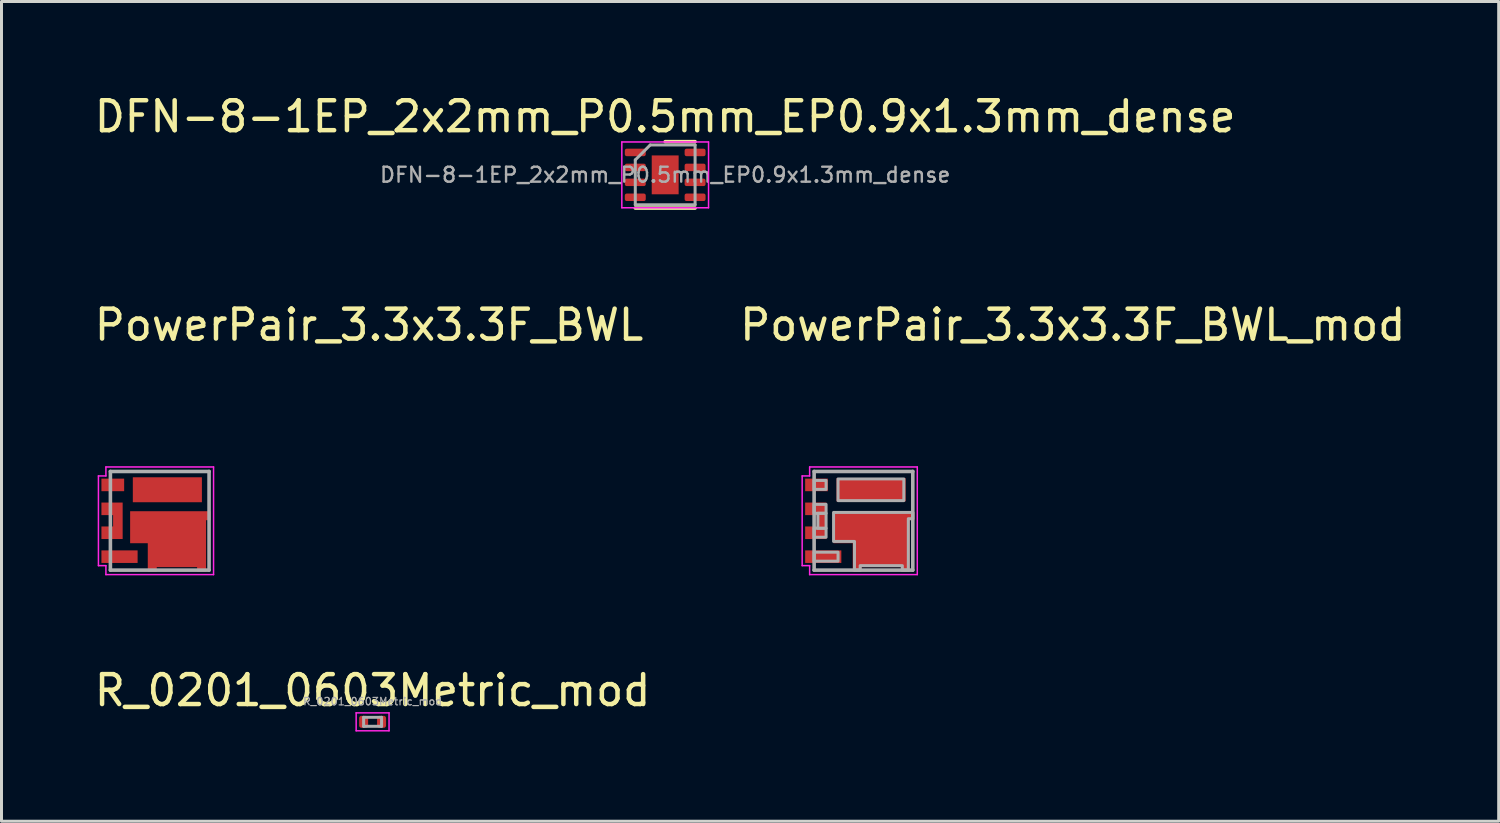
<source format=kicad_pcb>
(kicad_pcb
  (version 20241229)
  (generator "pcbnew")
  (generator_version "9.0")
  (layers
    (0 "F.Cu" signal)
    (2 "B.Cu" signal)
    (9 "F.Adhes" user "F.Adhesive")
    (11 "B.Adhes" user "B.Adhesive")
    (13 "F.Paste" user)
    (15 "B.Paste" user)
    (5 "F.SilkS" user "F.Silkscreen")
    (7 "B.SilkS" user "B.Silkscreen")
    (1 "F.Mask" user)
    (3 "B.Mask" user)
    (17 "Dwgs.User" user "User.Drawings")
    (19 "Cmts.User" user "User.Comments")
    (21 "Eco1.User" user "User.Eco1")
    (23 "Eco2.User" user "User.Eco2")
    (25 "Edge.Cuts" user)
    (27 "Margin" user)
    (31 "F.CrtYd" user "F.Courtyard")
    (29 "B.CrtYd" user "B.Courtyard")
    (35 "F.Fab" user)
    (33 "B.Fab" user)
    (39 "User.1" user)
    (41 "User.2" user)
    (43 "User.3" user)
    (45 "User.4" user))
  (footprint "DFN-8-1EP_2x2mm_P0.5mm_EP0.9x1.3mm_dense"
    (layer "F.Cu")
    (at 19.196 2.798)
    (property "Reference" "DFN-8-1EP_2x2mm_P0.5mm_EP0.9x1.3mm_dense" (at 0 -1.95 0) (layer "F.SilkS") (effects (font (size 1 1) (thickness 0.15))))
    (attr smd)
    (fp_line (start -1 1.11) (end 1 1.11) (stroke (width 0.12) (type solid)) (layer "F.SilkS"))
    (fp_line (start 0 -1.11) (end 1 -1.11) (stroke (width 0.12) (type solid)) (layer "F.SilkS"))
    (fp_line (start -1.45 -1.1) (end -1.45 1.1) (stroke (width 0.05) (type solid)) (layer "F.CrtYd"))
    (fp_line (start -1.45 1.1) (end 1.45 1.1) (stroke (width 0.05) (type solid)) (layer "F.CrtYd"))
    (fp_line (start 1.45 -1.1) (end -1.45 -1.1) (stroke (width 0.05) (type solid)) (layer "F.CrtYd"))
    (fp_line (start 1.45 1.1) (end 1.45 -1.1) (stroke (width 0.05) (type solid)) (layer "F.CrtYd"))
    (fp_line (start -1 -0.5) (end -0.5 -1) (stroke (width 0.1) (type solid)) (layer "F.Fab"))
    (fp_line (start -1 1) (end -1 -0.5) (stroke (width 0.1) (type solid)) (layer "F.Fab"))
    (fp_line (start -0.5 -1) (end 1 -1) (stroke (width 0.1) (type solid)) (layer "F.Fab"))
    (fp_line (start 1 -1) (end 1 1) (stroke (width 0.1) (type solid)) (layer "F.Fab"))
    (fp_line (start 1 1) (end -1 1) (stroke (width 0.1) (type solid)) (layer "F.Fab"))
    (fp_text user "${REFERENCE}" (at 0 0 0) (layer "F.Fab") (effects (font (size 0.5 0.5) (thickness 0.08))))
    (pad "" smd roundrect (at -0.225 -0.325) (size 0.36 0.52) (layers "F.Paste") (roundrect_rratio 0.25))
    (pad "" smd roundrect (at -0.225 0.325) (size 0.36 0.52) (layers "F.Paste") (roundrect_rratio 0.25))
    (pad "" smd roundrect (at 0.225 -0.325) (size 0.36 0.52) (layers "F.Paste") (roundrect_rratio 0.25))
    (pad "" smd roundrect (at 0.225 0.325) (size 0.36 0.52) (layers "F.Paste") (roundrect_rratio 0.25))
    (pad "1" smd roundrect (at -1 -0.75) (size 0.7 0.25) (layers "F.Cu" "F.Mask" "F.Paste") (roundrect_rratio 0.25))
    (pad "2" smd roundrect (at -1 -0.25) (size 0.7 0.25) (layers "F.Cu" "F.Mask" "F.Paste") (roundrect_rratio 0.25))
    (pad "3" smd roundrect (at -1 0.25) (size 0.7 0.25) (layers "F.Cu" "F.Mask" "F.Paste") (roundrect_rratio 0.25))
    (pad "4" smd roundrect (at -1 0.75) (size 0.7 0.25) (layers "F.Cu" "F.Mask" "F.Paste") (roundrect_rratio 0.25))
    (pad "5" smd roundrect (at 1 0.75) (size 0.7 0.25) (layers "F.Cu" "F.Mask" "F.Paste") (roundrect_rratio 0.25))
    (pad "6" smd roundrect (at 1 0.25) (size 0.7 0.25) (layers "F.Cu" "F.Mask" "F.Paste") (roundrect_rratio 0.25))
    (pad "7" smd roundrect (at 1 -0.25) (size 0.7 0.25) (layers "F.Cu" "F.Mask" "F.Paste") (roundrect_rratio 0.25))
    (pad "8" smd roundrect (at 1 -0.75) (size 0.7 0.25) (layers "F.Cu" "F.Mask" "F.Paste") (roundrect_rratio 0.25))
    (pad "9" smd rect (at 0 0) (size 0.9 1.3) (layers "F.Cu" "F.Mask")))
  (footprint "PowerPair_3.3x3.3F_BWL_mod"
    (layer "F.Cu")
    (at 25.827 14.367)
    (property "Reference" "PowerPair_3.3x3.3F_BWL_mod" (at 7 -6.55 0) (layer "F.SilkS") (effects (font (size 1 1) (thickness 0.15))))
    (attr smd)
    (fp_line (start -2.05 -1.5) (end -1.8 -1.5) (stroke (width 0.05) (type solid)) (layer "F.CrtYd"))
    (fp_line (start -2.05 1.5) (end -2.05 -1.5) (stroke (width 0.05) (type solid)) (layer "F.CrtYd"))
    (fp_line (start -1.8 -1.8) (end 1.8 -1.8) (stroke (width 0.05) (type solid)) (layer "F.CrtYd"))
    (fp_line (start -1.8 -1.5) (end -1.8 -1.8) (stroke (width 0.05) (type solid)) (layer "F.CrtYd"))
    (fp_line (start -1.8 1.5) (end -2.05 1.5) (stroke (width 0.05) (type solid)) (layer "F.CrtYd"))
    (fp_line (start -1.8 1.8) (end -1.8 1.5) (stroke (width 0.05) (type solid)) (layer "F.CrtYd"))
    (fp_line (start 1.8 -1.8) (end 1.8 1.8) (stroke (width 0.05) (type solid)) (layer "F.CrtYd"))
    (fp_line (start 1.8 1.8) (end -1.8 1.8) (stroke (width 0.05) (type solid)) (layer "F.CrtYd"))
    (fp_line (start -1.65 -1.65) (end 1.65 -1.65) (stroke (width 0.12) (type solid)) (layer "F.Fab"))
    (fp_line (start -1.65 1.65) (end -1.65 -1.65) (stroke (width 0.12) (type solid)) (layer "F.Fab"))
    (fp_line (start 1.65 -1.65) (end 1.65 1.65) (stroke (width 0.12) (type solid)) (layer "F.Fab"))
    (fp_line (start 1.65 1.65) (end -1.65 1.65) (stroke (width 0.12) (type solid)) (layer "F.Fab"))
    (fp_poly (pts (xy -1.25 -1.05) (xy -1.65 -1.05) (xy -1.65 -1.35) (xy -1.25 -1.35)) (stroke (width 0.1) (type solid)) (fill no) (layer "F.Fab"))
    (fp_poly (pts (xy -1.25 -0.25) (xy -1.65 -0.25) (xy -1.65 -0.55) (xy -1.25 -0.55)) (stroke (width 0.1) (type solid)) (fill no) (layer "F.Fab"))
    (fp_poly (pts (xy -1.25 0.25) (xy -1.525 0.25) (xy -1.525 -0.25) (xy -1.25 -0.25)) (stroke (width 0.1) (type solid)) (fill no) (layer "F.Fab"))
    (fp_poly (pts (xy -1.25 0.55) (xy -1.65 0.55) (xy -1.65 0.25) (xy -1.25 0.25)) (stroke (width 0.1) (type solid)) (fill no) (layer "F.Fab"))
    (fp_poly (pts (xy -0.85 1.35) (xy -1.65 1.35) (xy -1.65 1.05) (xy -0.85 1.05)) (stroke (width 0.1) (type solid)) (fill no) (layer "F.Fab"))
    (fp_poly (pts (xy 1.35 -0.675) (xy -0.85 -0.675) (xy -0.85 -1.4) (xy 1.35 -1.4)) (stroke (width 0.1) (type solid)) (fill no) (layer "F.Fab"))
    (fp_poly (pts (xy 1.65 -0.07) (xy 1.5 -0.07) (xy 1.5 1.65) (xy 1.3 1.65) (xy 1.3 1.5) (xy -0.11 1.5) (xy -0.11 1.65) (xy -0.3 1.65) (xy -0.3 0.69) (xy -1 0.69) (xy -1 -0.28) (xy 1.65 -0.28)) (stroke (width 0.1) (type solid)) (fill no) (layer "F.Fab"))
    (pad "1" smd rect (at -1.57 -1.2) (size 0.76 0.42) (layers "F.Cu" "F.Mask" "F.Paste"))
    (pad "4" smd rect (at -1.345 1.2) (size 1.21 0.42) (layers "F.Cu" "F.Mask" "F.Paste"))
    (pad "5" smd custom (at 0.61 0.68) (size 1 1) (layers "F.Cu" "F.Mask" "F.Paste") (options (anchor rect)) (primitives (gr_poly (pts (xy 1.09 -0.7) (xy 0.94 -0.7) (xy 0.94 1.02) (xy 0.64 1.02) (xy 0.64 0.87) (xy -0.67 0.87) (xy -0.67 1.02) (xy -0.97 1.02) (xy -0.97 0.07) (xy -1.61 0.07) (xy -1.61 -0.97) (xy 1.09 -0.97)) (width 0) (fill yes))))
    (pad "6" smd rect (at 0.255 -1.038) (size 2.31 0.775) (layers "F.Cu" "F.Mask" "F.Paste"))
    (pad "23" smd custom (at -1.595 -0.4) (size 0.71 0.42) (layers "F.Cu" "F.Mask" "F.Paste") (options (anchor rect)) (primitives (gr_poly (pts (xy 0.355 1.01) (xy -0.355 1.01) (xy -0.355 0.59) (xy 0.355 0.59)) (width 0) (fill yes)) (gr_poly (pts (xy 0.355 0.6) (xy 0.035 0.6) (xy 0.035 0.2) (xy 0.355 0.2)) (width 0) (fill yes)))))
  (footprint "PowerPair_3.3x3.3F_BWL"
    (layer "F.Cu")
    (at 2.292 14.367)
    (property "Reference" "PowerPair_3.3x3.3F_BWL" (at 7 -6.55 0) (layer "F.SilkS") (effects (font (size 1 1) (thickness 0.15))))
    (attr smd)
    (fp_line (start -2.05 -1.5) (end -1.8 -1.5) (stroke (width 0.05) (type solid)) (layer "F.CrtYd"))
    (fp_line (start -2.05 1.5) (end -2.05 -1.5) (stroke (width 0.05) (type solid)) (layer "F.CrtYd"))
    (fp_line (start -1.8 -1.8) (end 1.8 -1.8) (stroke (width 0.05) (type solid)) (layer "F.CrtYd"))
    (fp_line (start -1.8 -1.5) (end -1.8 -1.8) (stroke (width 0.05) (type solid)) (layer "F.CrtYd"))
    (fp_line (start -1.8 1.5) (end -2.05 1.5) (stroke (width 0.05) (type solid)) (layer "F.CrtYd"))
    (fp_line (start -1.8 1.8) (end -1.8 1.5) (stroke (width 0.05) (type solid)) (layer "F.CrtYd"))
    (fp_line (start 1.8 -1.8) (end 1.8 1.8) (stroke (width 0.05) (type solid)) (layer "F.CrtYd"))
    (fp_line (start 1.8 1.8) (end -1.8 1.8) (stroke (width 0.05) (type solid)) (layer "F.CrtYd"))
    (fp_line (start -1.65 -1.65) (end 1.65 -1.65) (stroke (width 0.12) (type solid)) (layer "F.Fab"))
    (fp_line (start -1.65 1.65) (end -1.65 -1.65) (stroke (width 0.12) (type solid)) (layer "F.Fab"))
    (fp_line (start 1.65 -1.65) (end 1.65 1.65) (stroke (width 0.12) (type solid)) (layer "F.Fab"))
    (fp_line (start 1.65 1.65) (end -1.65 1.65) (stroke (width 0.12) (type solid)) (layer "F.Fab"))
    (pad "1" smd rect (at -1.57 -1.2) (size 0.76 0.42) (layers "F.Cu" "F.Mask" "F.Paste"))
    (pad "4" smd rect (at -1.345 1.2) (size 1.21 0.42) (layers "F.Cu" "F.Mask" "F.Paste"))
    (pad "5" smd custom (at 0.61 0.68) (size 1 1) (layers "F.Cu" "F.Mask" "F.Paste") (options (anchor rect)) (primitives (gr_poly (pts (xy 1.09 -0.7) (xy 0.94 -0.7) (xy 0.94 1.02) (xy 0.64 1.02) (xy 0.64 0.87) (xy -0.71 0.87) (xy -0.71 1.02) (xy -1.01 1.02) (xy -1.01 0.07) (xy -1.6 0.07) (xy -1.6 -1) (xy 1.09 -1)) (width 0) (fill yes))))
    (pad "6" smd rect (at 0.255 -1.038) (size 2.31 0.835) (layers "F.Cu" "F.Mask" "F.Paste"))
    (pad "23" smd custom (at -1.595 -0.4) (size 0.71 0.42) (layers "F.Cu" "F.Mask" "F.Paste") (options (anchor rect)) (primitives (gr_poly (pts (xy 0.355 1.01) (xy -0.355 1.01) (xy -0.355 0.59) (xy 0.355 0.59)) (width 0) (fill yes)) (gr_poly (pts (xy 0.355 0.6) (xy 0.035 0.6) (xy 0.035 0.2) (xy 0.355 0.2)) (width 0) (fill yes)))))
  (footprint "R_0201_0603Metric_mod"
    (layer "F.Cu")
    (at 9.411 21.09)
    (property "Reference" "R_0201_0603Metric_mod" (at 0 -1.05 0) (layer "F.SilkS") (effects (font (size 1 1) (thickness 0.15))))
    (attr smd)
    (fp_line (start -0.55 -0.3) (end 0.55 -0.3) (stroke (width 0.05) (type solid)) (layer "F.CrtYd"))
    (fp_line (start -0.55 0.3) (end -0.55 -0.3) (stroke (width 0.05) (type solid)) (layer "F.CrtYd"))
    (fp_line (start 0.55 -0.3) (end 0.55 0.3) (stroke (width 0.05) (type solid)) (layer "F.CrtYd"))
    (fp_line (start 0.55 0.3) (end -0.55 0.3) (stroke (width 0.05) (type solid)) (layer "F.CrtYd"))
    (fp_line (start -0.3 -0.15) (end 0.3 -0.15) (stroke (width 0.1) (type solid)) (layer "F.Fab"))
    (fp_line (start -0.3 0.15) (end -0.3 -0.15) (stroke (width 0.1) (type solid)) (layer "F.Fab"))
    (fp_line (start 0.3 -0.15) (end 0.3 0.15) (stroke (width 0.1) (type solid)) (layer "F.Fab"))
    (fp_line (start 0.3 0.15) (end -0.3 0.15) (stroke (width 0.1) (type solid)) (layer "F.Fab"))
    (fp_text user "${REFERENCE}" (at 0 -0.68 0) (layer "F.Fab") (effects (font (size 0.25 0.25) (thickness 0.04))))
    (pad "1" smd roundrect (at -0.3 0) (size 0.3 0.4) (layers "F.Cu" "F.Mask" "F.Paste") (roundrect_rratio 0.25))
    (pad "2" smd roundrect (at 0.3 0) (size 0.3 0.4) (layers "F.Cu" "F.Mask" "F.Paste") (roundrect_rratio 0.25)))
  (gr_rect
    (start -3 -3)
    (end 47.071 24.415)
    (stroke (width 0.1) (type default))
    (fill no)
    (layer "Edge.Cuts")))
</source>
